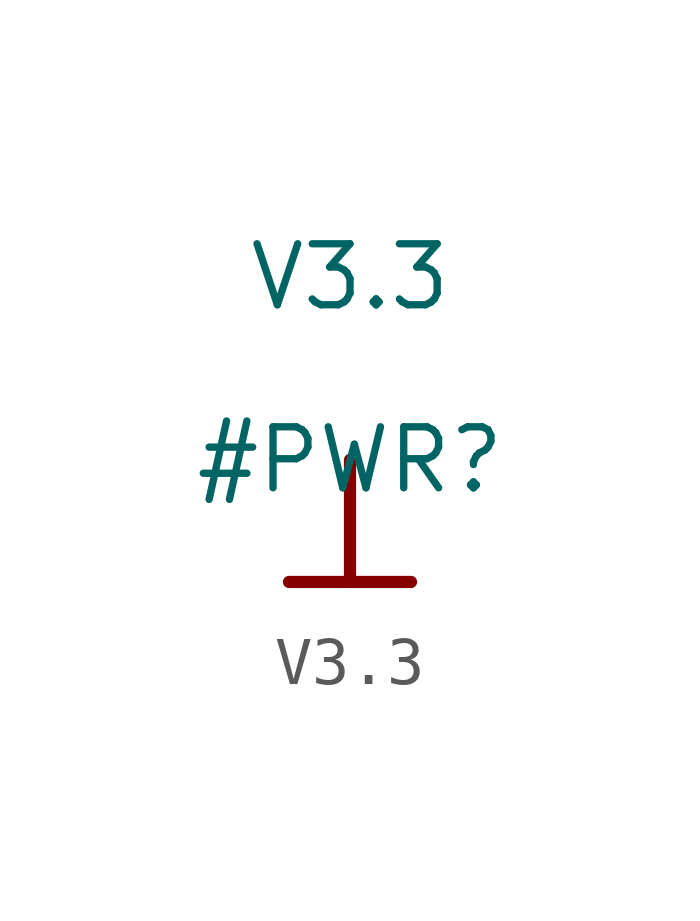
<source format=kicad_sym>
(kicad_symbol_lib
  (version 20231120)
  (generator "kicad_symbol_editor")
  (generator_version "7.99")
  (symbol "V3.3"
    (power)
    (property "Reference" "#PWR"
      (at 0 0 0)
      (effects (font (size 1.27 1.27))))
    (property "Value" "V3.3"
      (at 0 3.81 0)
      (effects (font (size 1.27 1.27))))
    (symbol "V3.3_0_0"
      (polyline (pts (xy -1.27 -2.54) (xy 1.27 -2.54)) (stroke (width 0.254) (type solid)) (fill (type none)))
      (polyline (pts (xy 0 0) (xy 0 -2.54)) (stroke (width 0.254) (type solid)) (fill (type none)))
      (pin power_in line (at 0 0 0) (length 0) hide (name "V3.3" (effects (font (size 1.27 1.27)))) (number "" (effects (font (size 1.27 1.27))))))))
</source>
